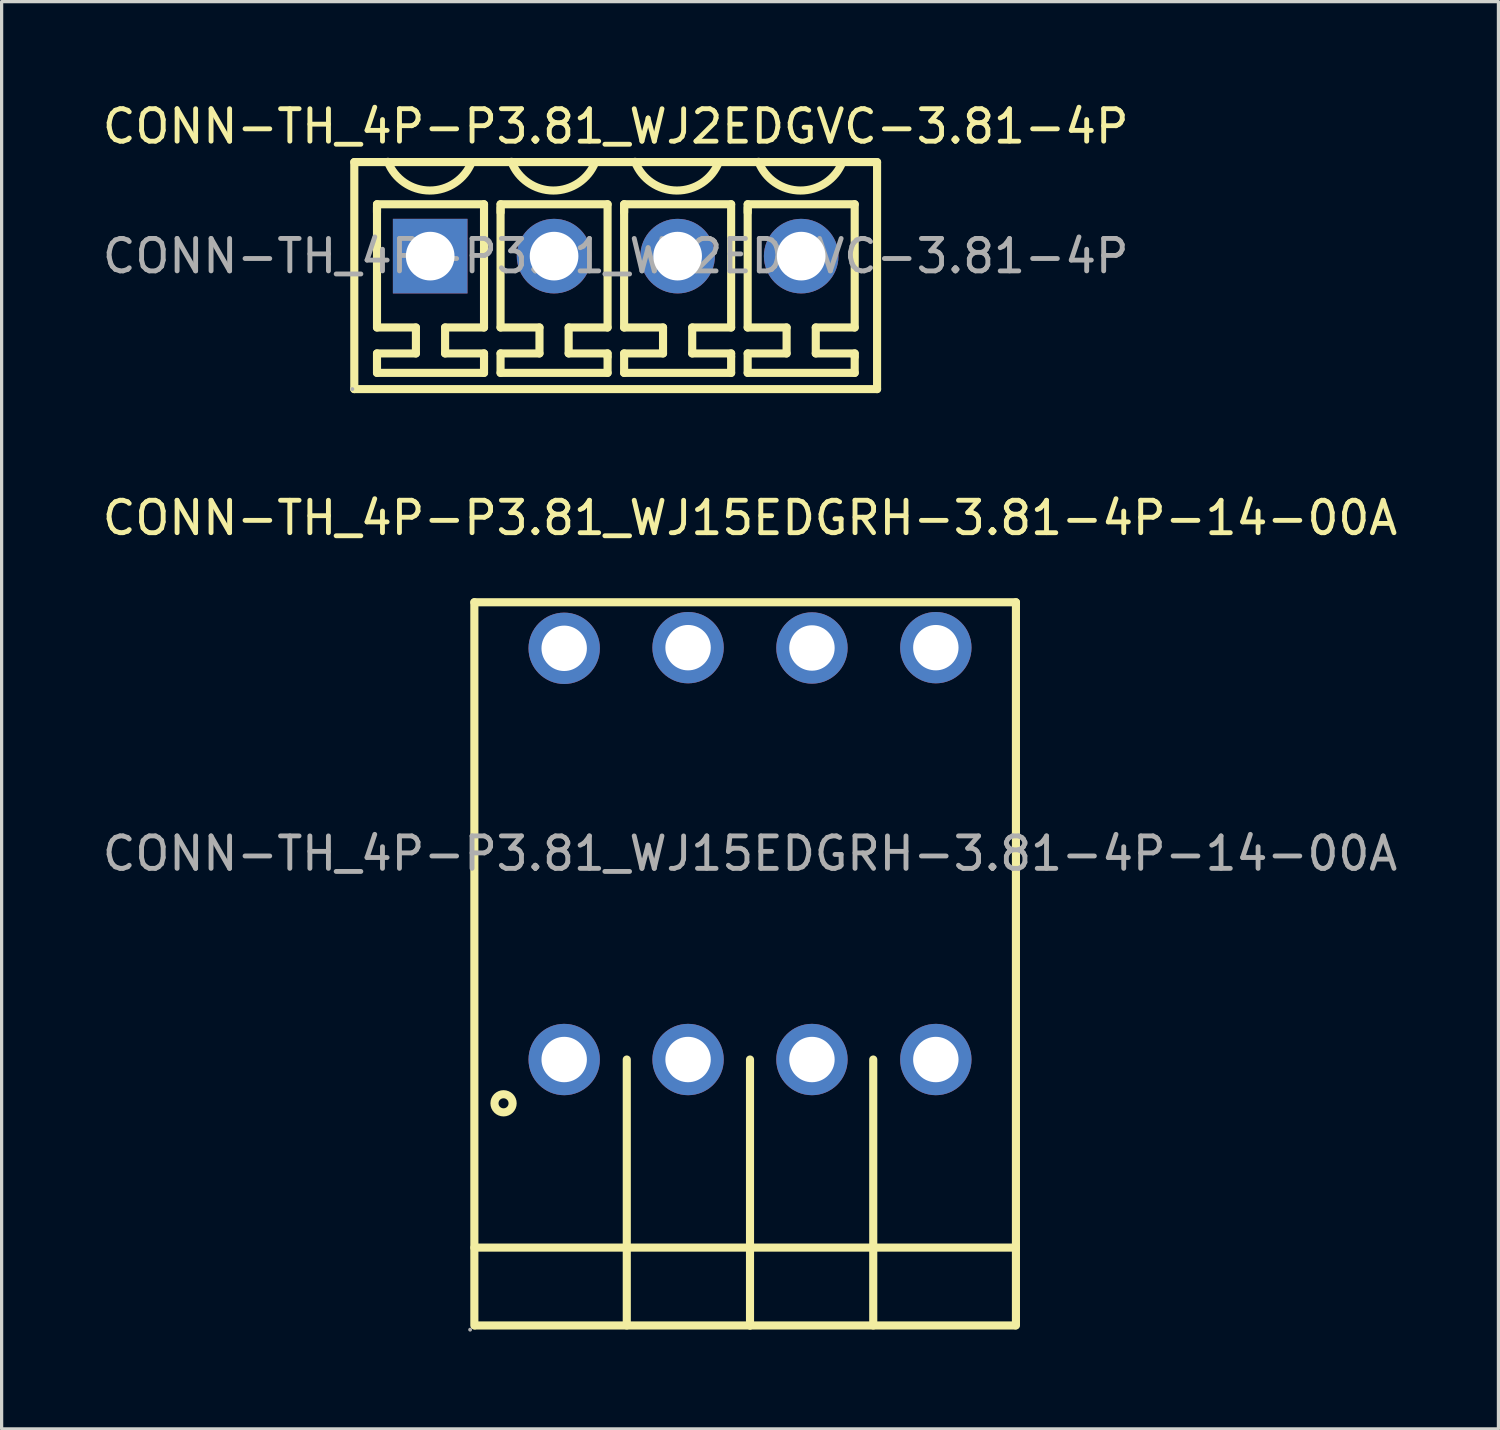
<source format=kicad_pcb>
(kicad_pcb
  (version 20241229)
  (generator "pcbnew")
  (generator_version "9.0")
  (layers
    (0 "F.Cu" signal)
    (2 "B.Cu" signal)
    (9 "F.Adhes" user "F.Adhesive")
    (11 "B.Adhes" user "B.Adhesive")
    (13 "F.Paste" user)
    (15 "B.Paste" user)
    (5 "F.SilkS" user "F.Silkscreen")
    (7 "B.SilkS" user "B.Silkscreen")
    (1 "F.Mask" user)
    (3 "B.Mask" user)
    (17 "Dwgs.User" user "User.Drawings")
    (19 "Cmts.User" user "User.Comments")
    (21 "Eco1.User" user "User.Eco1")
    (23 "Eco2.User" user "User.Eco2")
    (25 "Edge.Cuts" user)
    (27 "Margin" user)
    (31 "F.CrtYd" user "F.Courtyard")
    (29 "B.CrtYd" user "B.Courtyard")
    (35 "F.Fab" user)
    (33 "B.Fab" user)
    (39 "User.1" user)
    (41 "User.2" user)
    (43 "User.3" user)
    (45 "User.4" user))
  (footprint "CONN-TH_4P-P3.81_WJ2EDGVC-3.81-4P"
    (layer "F.Cu")
    (at 15.935 4.848)
    (property "Reference" "CONN-TH_4P-P3.81_WJ2EDGVC-3.81-4P" (at 0 -4 0) (layer "F.SilkS") (effects (font (size 1 1) (thickness 0.15))))
    (attr through_hole)
    (fp_line (start -8.06 -2.9) (end 8.06 -2.9) (stroke (width 0.25) (type solid)) (layer "F.SilkS"))
    (fp_line (start -8.06 4.1) (end -8.06 -2.9) (stroke (width 0.25) (type solid)) (layer "F.SilkS"))
    (fp_line (start -8.06 4.1) (end 8.06 4.1) (stroke (width 0.25) (type solid)) (layer "F.SilkS"))
    (fp_line (start -7.36 -1.5) (end -7.36 2.2) (stroke (width 0.25) (type solid)) (layer "F.SilkS"))
    (fp_line (start -7.36 -1.35) (end -7.36 -1.6) (stroke (width 0.25) (type solid)) (layer "F.SilkS"))
    (fp_line (start -7.36 2.2) (end -6.16 2.2) (stroke (width 0.25) (type solid)) (layer "F.SilkS"))
    (fp_line (start -7.36 3) (end -7.36 3.6) (stroke (width 0.25) (type solid)) (layer "F.SilkS"))
    (fp_line (start -7.36 3.6) (end -4.06 3.6) (stroke (width 0.25) (type solid)) (layer "F.SilkS"))
    (fp_line (start -6.16 2.2) (end -6.16 3) (stroke (width 0.25) (type solid)) (layer "F.SilkS"))
    (fp_line (start -6.16 3) (end -7.36 3) (stroke (width 0.25) (type solid)) (layer "F.SilkS"))
    (fp_line (start -5.26 2.2) (end -4.06 2.2) (stroke (width 0.25) (type solid)) (layer "F.SilkS"))
    (fp_line (start -5.26 3) (end -5.26 2.2) (stroke (width 0.25) (type solid)) (layer "F.SilkS"))
    (fp_line (start -4.06 -1.6) (end -7.36 -1.6) (stroke (width 0.25) (type solid)) (layer "F.SilkS"))
    (fp_line (start -4.06 2.2) (end -4.06 -1.6) (stroke (width 0.25) (type solid)) (layer "F.SilkS"))
    (fp_line (start -4.06 3) (end -5.26 3) (stroke (width 0.25) (type solid)) (layer "F.SilkS"))
    (fp_line (start -4.06 3.1) (end -4.06 3) (stroke (width 0.25) (type solid)) (layer "F.SilkS"))
    (fp_line (start -4.06 3.6) (end -4.06 3.1) (stroke (width 0.25) (type solid)) (layer "F.SilkS"))
    (fp_line (start -3.55 -1.5) (end -3.55 2.2) (stroke (width 0.25) (type solid)) (layer "F.SilkS"))
    (fp_line (start -3.55 -1.35) (end -3.55 -1.6) (stroke (width 0.25) (type solid)) (layer "F.SilkS"))
    (fp_line (start -3.55 2.2) (end -2.35 2.2) (stroke (width 0.25) (type solid)) (layer "F.SilkS"))
    (fp_line (start -3.55 3) (end -3.55 3.6) (stroke (width 0.25) (type solid)) (layer "F.SilkS"))
    (fp_line (start -3.55 3.6) (end -0.25 3.6) (stroke (width 0.25) (type solid)) (layer "F.SilkS"))
    (fp_line (start -2.35 2.2) (end -2.35 3) (stroke (width 0.25) (type solid)) (layer "F.SilkS"))
    (fp_line (start -2.35 3) (end -3.55 3) (stroke (width 0.25) (type solid)) (layer "F.SilkS"))
    (fp_line (start -1.45 2.2) (end -0.25 2.2) (stroke (width 0.25) (type solid)) (layer "F.SilkS"))
    (fp_line (start -1.45 3) (end -1.45 2.2) (stroke (width 0.25) (type solid)) (layer "F.SilkS"))
    (fp_line (start -0.25 -1.6) (end -3.55 -1.6) (stroke (width 0.25) (type solid)) (layer "F.SilkS"))
    (fp_line (start -0.25 2.2) (end -0.25 -1.6) (stroke (width 0.25) (type solid)) (layer "F.SilkS"))
    (fp_line (start -0.25 3) (end -1.45 3) (stroke (width 0.25) (type solid)) (layer "F.SilkS"))
    (fp_line (start -0.25 3.1) (end -0.25 3) (stroke (width 0.25) (type solid)) (layer "F.SilkS"))
    (fp_line (start -0.25 3.6) (end -0.25 3.1) (stroke (width 0.25) (type solid)) (layer "F.SilkS"))
    (fp_line (start 0.26 -1.5) (end 0.26 2.2) (stroke (width 0.25) (type solid)) (layer "F.SilkS"))
    (fp_line (start 0.26 -1.35) (end 0.26 -1.6) (stroke (width 0.25) (type solid)) (layer "F.SilkS"))
    (fp_line (start 0.26 2.2) (end 1.46 2.2) (stroke (width 0.25) (type solid)) (layer "F.SilkS"))
    (fp_line (start 0.26 3) (end 0.26 3.6) (stroke (width 0.25) (type solid)) (layer "F.SilkS"))
    (fp_line (start 0.26 3.6) (end 3.56 3.6) (stroke (width 0.25) (type solid)) (layer "F.SilkS"))
    (fp_line (start 1.46 2.2) (end 1.46 3) (stroke (width 0.25) (type solid)) (layer "F.SilkS"))
    (fp_line (start 1.46 3) (end 0.26 3) (stroke (width 0.25) (type solid)) (layer "F.SilkS"))
    (fp_line (start 2.36 2.2) (end 3.56 2.2) (stroke (width 0.25) (type solid)) (layer "F.SilkS"))
    (fp_line (start 2.36 3) (end 2.36 2.2) (stroke (width 0.25) (type solid)) (layer "F.SilkS"))
    (fp_line (start 3.56 -1.6) (end 0.26 -1.6) (stroke (width 0.25) (type solid)) (layer "F.SilkS"))
    (fp_line (start 3.56 2.2) (end 3.56 -1.6) (stroke (width 0.25) (type solid)) (layer "F.SilkS"))
    (fp_line (start 3.56 3) (end 2.36 3) (stroke (width 0.25) (type solid)) (layer "F.SilkS"))
    (fp_line (start 3.56 3.1) (end 3.56 3) (stroke (width 0.25) (type solid)) (layer "F.SilkS"))
    (fp_line (start 3.56 3.6) (end 3.56 3.1) (stroke (width 0.25) (type solid)) (layer "F.SilkS"))
    (fp_line (start 4.07 -1.5) (end 4.07 2.2) (stroke (width 0.25) (type solid)) (layer "F.SilkS"))
    (fp_line (start 4.07 -1.35) (end 4.07 -1.6) (stroke (width 0.25) (type solid)) (layer "F.SilkS"))
    (fp_line (start 4.07 2.2) (end 5.27 2.2) (stroke (width 0.25) (type solid)) (layer "F.SilkS"))
    (fp_line (start 4.07 3) (end 4.07 3.6) (stroke (width 0.25) (type solid)) (layer "F.SilkS"))
    (fp_line (start 4.07 3.6) (end 7.37 3.6) (stroke (width 0.25) (type solid)) (layer "F.SilkS"))
    (fp_line (start 5.27 2.2) (end 5.27 3) (stroke (width 0.25) (type solid)) (layer "F.SilkS"))
    (fp_line (start 5.27 3) (end 4.07 3) (stroke (width 0.25) (type solid)) (layer "F.SilkS"))
    (fp_line (start 6.17 2.2) (end 7.37 2.2) (stroke (width 0.25) (type solid)) (layer "F.SilkS"))
    (fp_line (start 6.17 3) (end 6.17 2.2) (stroke (width 0.25) (type solid)) (layer "F.SilkS"))
    (fp_line (start 7.37 -1.6) (end 4.07 -1.6) (stroke (width 0.25) (type solid)) (layer "F.SilkS"))
    (fp_line (start 7.37 2.2) (end 7.37 -1.6) (stroke (width 0.25) (type solid)) (layer "F.SilkS"))
    (fp_line (start 7.37 3) (end 6.17 3) (stroke (width 0.25) (type solid)) (layer "F.SilkS"))
    (fp_line (start 7.37 3.1) (end 7.37 3) (stroke (width 0.25) (type solid)) (layer "F.SilkS"))
    (fp_line (start 7.37 3.6) (end 7.37 3.1) (stroke (width 0.25) (type solid)) (layer "F.SilkS"))
    (fp_line (start 8.06 4.1) (end 8.06 -2.9) (stroke (width 0.25) (type solid)) (layer "F.SilkS"))
    (fp_arc (start -4.44 -2.9) (mid -5.73451 -2.022852) (end -7.023289 -2.9084) (stroke (width 0.25) (type solid)) (layer "F.SilkS"))
    (fp_arc (start -0.63 -2.9) (mid -1.92451 -2.022852) (end -3.213289 -2.9084) (stroke (width 0.25) (type solid)) (layer "F.SilkS"))
    (fp_arc (start 3.18 -2.9) (mid 1.88549 -2.022852) (end 0.596711 -2.9084) (stroke (width 0.25) (type solid)) (layer "F.SilkS"))
    (fp_arc (start 6.99 -2.9) (mid 5.69549 -2.022852) (end 4.406711 -2.9084) (stroke (width 0.25) (type solid)) (layer "F.SilkS"))
    (fp_circle (center -8.12 4.1) (end -8.09 4.1) (stroke (width 0.06) (type solid)) (fill no) (layer "F.Fab"))
    (fp_text user "${REFERENCE}" (at 0 0 0) (layer "F.Fab") (effects (font (size 1 1) (thickness 0.15))))
    (pad "1" thru_hole rect (at -5.72 0) (size 2.3 2.3) (drill 1.5) (layers "*.Cu" "*.Paste" "*.Mask"))
    (pad "2" thru_hole circle (at -1.9 0) (size 2.3 2.3) (drill 1.5) (layers "*.Cu" "*.Paste" "*.Mask"))
    (pad "3" thru_hole circle (at 1.91 0) (size 2.3 2.3) (drill 1.5) (layers "*.Cu" "*.Paste" "*.Mask"))
    (pad "4" thru_hole circle (at 5.72 0) (size 2.3 2.3) (drill 1.5) (layers "*.Cu" "*.Paste" "*.Mask")))
  (footprint "CONN-TH_4P-P3.81_WJ15EDGRH-3.81-4P-14-00A"
    (layer "F.Cu")
    (at 20.077 23.271)
    (property "Reference" "CONN-TH_4P-P3.81_WJ15EDGRH-3.81-4P-14-00A" (at 0 -10.35 0) (layer "F.SilkS") (effects (font (size 1 1) (thickness 0.15))))
    (attr through_hole)
    (fp_line (start -8.5 12.15) (end 8.2 12.15) (stroke (width 0.25) (type solid)) (layer "F.SilkS"))
    (fp_line (start -8.5 14.55) (end -8.5 -7.75) (stroke (width 0.25) (type solid)) (layer "F.SilkS"))
    (fp_line (start -3.8 14.55) (end -3.8 6.35) (stroke (width 0.25) (type solid)) (layer "F.SilkS"))
    (fp_line (start 0 6.35) (end 0 14.55) (stroke (width 0.25) (type solid)) (layer "F.SilkS"))
    (fp_line (start 0 14.55) (end -8.48 14.55) (stroke (width 0.25) (type solid)) (layer "F.SilkS"))
    (fp_line (start 0 14.55) (end 8.18 14.55) (stroke (width 0.25) (type solid)) (layer "F.SilkS"))
    (fp_line (start 3.8 14.55) (end 3.8 6.35) (stroke (width 0.25) (type solid)) (layer "F.SilkS"))
    (fp_line (start 8.2 -7.75) (end -8.5 -7.75) (stroke (width 0.25) (type solid)) (layer "F.SilkS"))
    (fp_line (start 8.2 14.55) (end 8.2 -7.75) (stroke (width 0.25) (type solid)) (layer "F.SilkS"))
    (fp_circle (center -7.6 7.7) (end -7.32 7.7) (stroke (width 0.25) (type solid)) (fill no) (layer "F.SilkS"))
    (fp_circle (center -8.63 14.68) (end -8.6 14.68) (stroke (width 0.06) (type solid)) (fill no) (layer "F.Fab"))
    (fp_circle (center -5.73 -6.33) (end -5.43 -6.33) (stroke (width 0.6) (type solid)) (fill no) (layer "F.Fab"))
    (fp_circle (center -5.73 6.35) (end -5.43 6.35) (stroke (width 0.6) (type solid)) (fill no) (layer "F.Fab"))
    (fp_circle (center -1.91 -6.35) (end -1.61 -6.35) (stroke (width 0.6) (type solid)) (fill no) (layer "F.Fab"))
    (fp_circle (center -1.91 6.35) (end -1.61 6.35) (stroke (width 0.6) (type solid)) (fill no) (layer "F.Fab"))
    (fp_circle (center 1.91 -6.34) (end 2.21 -6.34) (stroke (width 0.6) (type solid)) (fill no) (layer "F.Fab"))
    (fp_circle (center 1.91 6.35) (end 2.21 6.35) (stroke (width 0.6) (type solid)) (fill no) (layer "F.Fab"))
    (fp_circle (center 5.73 -6.35) (end 6.03 -6.35) (stroke (width 0.6) (type solid)) (fill no) (layer "F.Fab"))
    (fp_circle (center 5.73 6.35) (end 6.03 6.35) (stroke (width 0.6) (type solid)) (fill no) (layer "F.Fab"))
    (fp_text user "${REFERENCE}" (at 0 0 0) (layer "F.Fab") (effects (font (size 1 1) (thickness 0.15))))
    (pad "1" thru_hole circle (at -5.73 6.35 270) (size 2.2 2.2) (drill 1.4) (layers "*.Cu" "*.Paste" "*.Mask"))
    (pad "2" thru_hole circle (at -5.73 -6.33 270) (size 2.2 2.2) (drill 1.4) (layers "*.Cu" "*.Paste" "*.Mask"))
    (pad "3" thru_hole circle (at -1.91 6.35 270) (size 2.2 2.2) (drill 1.4) (layers "*.Cu" "*.Paste" "*.Mask"))
    (pad "4" thru_hole circle (at -1.91 -6.35 270) (size 2.2 2.2) (drill 1.4) (layers "*.Cu" "*.Paste" "*.Mask"))
    (pad "5" thru_hole circle (at 1.91 6.35 270) (size 2.2 2.2) (drill 1.4) (layers "*.Cu" "*.Paste" "*.Mask"))
    (pad "6" thru_hole circle (at 1.91 -6.34 270) (size 2.2 2.2) (drill 1.4) (layers "*.Cu" "*.Paste" "*.Mask"))
    (pad "7" thru_hole circle (at 5.73 6.35 270) (size 2.2 2.2) (drill 1.4) (layers "*.Cu" "*.Paste" "*.Mask"))
    (pad "8" thru_hole circle (at 5.73 -6.35 270) (size 2.2 2.2) (drill 1.4) (layers "*.Cu" "*.Paste" "*.Mask")))
  (gr_rect
    (start -3 -3)
    (end 43.155 41.011)
    (stroke (width 0.1) (type default))
    (fill no)
    (layer "Edge.Cuts")))
</source>
